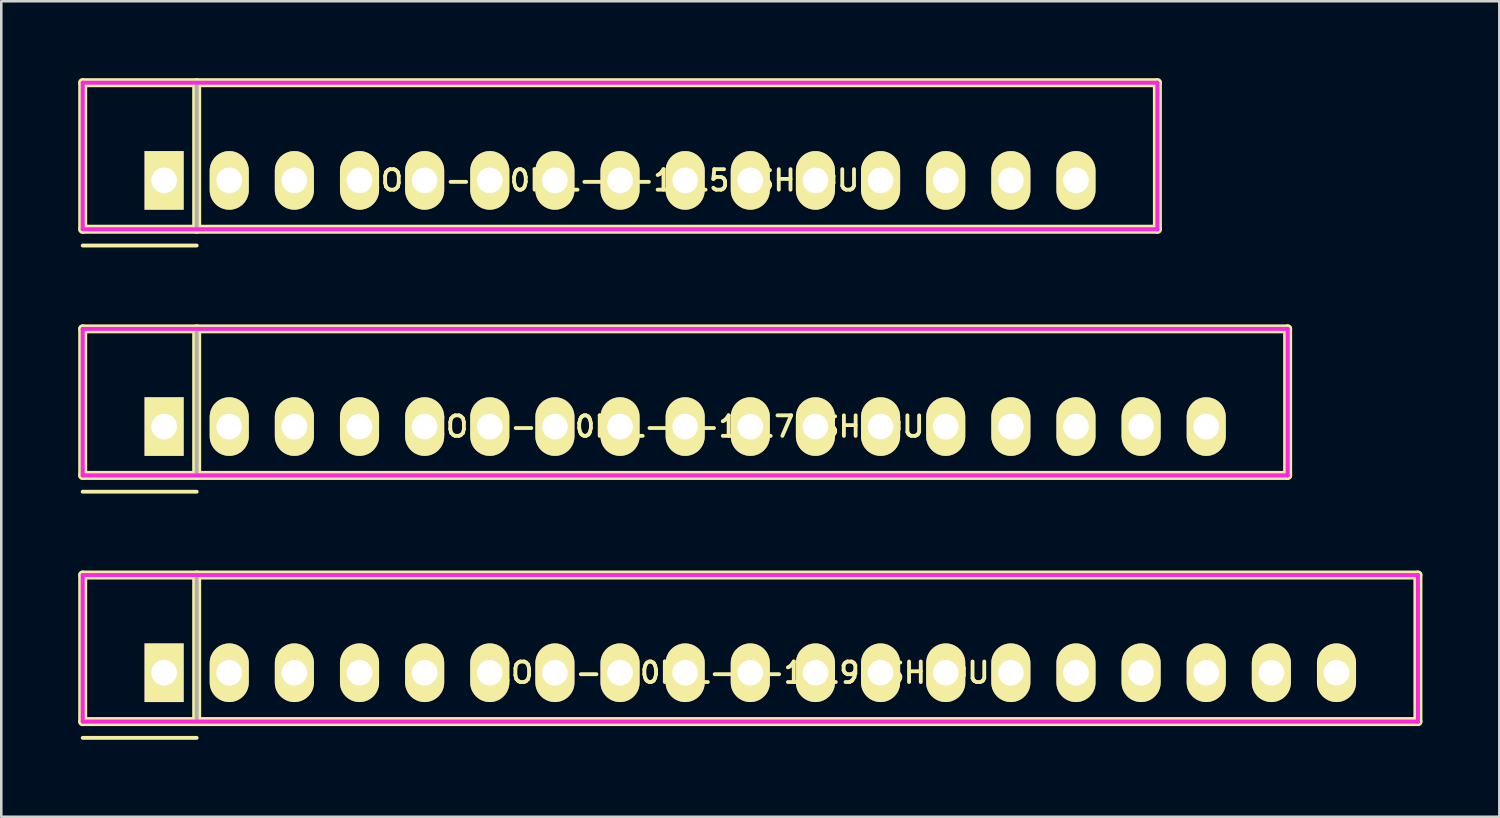
<source format=kicad_pcb>
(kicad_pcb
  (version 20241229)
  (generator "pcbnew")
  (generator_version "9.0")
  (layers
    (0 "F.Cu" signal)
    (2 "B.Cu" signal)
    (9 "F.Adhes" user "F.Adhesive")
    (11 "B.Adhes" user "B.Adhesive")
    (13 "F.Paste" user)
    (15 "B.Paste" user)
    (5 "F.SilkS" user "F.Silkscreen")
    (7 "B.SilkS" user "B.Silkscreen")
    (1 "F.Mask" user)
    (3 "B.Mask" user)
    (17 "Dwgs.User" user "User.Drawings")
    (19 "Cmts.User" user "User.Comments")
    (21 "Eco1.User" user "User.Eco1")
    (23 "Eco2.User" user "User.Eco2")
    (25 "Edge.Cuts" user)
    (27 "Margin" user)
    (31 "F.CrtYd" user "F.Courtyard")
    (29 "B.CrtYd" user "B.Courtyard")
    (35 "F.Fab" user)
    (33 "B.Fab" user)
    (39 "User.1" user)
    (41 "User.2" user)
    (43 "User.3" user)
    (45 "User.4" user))
  (footprint "CONN-100MIL-M-1x17-SHROUD"
    (layer "F.Cu")
    (at 23.67 13.585)
    (property "Reference" "CONN-100MIL-M-1x17-SHROUD" (at 0 0 0) (layer "F.SilkS") (effects (font (size 0.8 0.8) (thickness 0.15))))
    (attr through_hole)
    (fp_line (start -23.495 -3.81) (end 23.495 -3.81) (stroke (width 0.35) (type solid)) (layer "F.SilkS"))
    (fp_line (start -23.495 1.905) (end -23.495 -3.81) (stroke (width 0.35) (type solid)) (layer "F.SilkS"))
    (fp_line (start -23.495 2.54) (end -19.05 2.54) (stroke (width 0.15) (type solid)) (layer "F.SilkS"))
    (fp_line (start -19.05 -3.81) (end -19.05 1.905) (stroke (width 0.35) (type solid)) (layer "F.SilkS"))
    (fp_line (start 23.495 -3.81) (end 23.495 1.905) (stroke (width 0.35) (type solid)) (layer "F.SilkS"))
    (fp_line (start 23.495 1.905) (end -23.495 1.905) (stroke (width 0.35) (type solid)) (layer "F.SilkS"))
    (fp_line (start -23.495 -3.81) (end 23.495 -3.81) (stroke (width 0.15) (type solid)) (layer "F.CrtYd"))
    (fp_line (start -23.495 1.905) (end -23.495 -3.81) (stroke (width 0.15) (type solid)) (layer "F.CrtYd"))
    (fp_line (start 23.495 -3.81) (end 23.495 1.905) (stroke (width 0.15) (type solid)) (layer "F.CrtYd"))
    (fp_line (start 23.495 1.905) (end -23.495 1.905) (stroke (width 0.15) (type solid)) (layer "F.CrtYd"))
    (fp_line (start -23.495 -3.81) (end 23.495 -3.81) (stroke (width 0.15) (type solid)) (layer "F.Fab"))
    (fp_line (start -23.495 1.905) (end -23.495 -3.81) (stroke (width 0.15) (type solid)) (layer "F.Fab"))
    (fp_line (start -19.05 -3.81) (end -19.05 1.905) (stroke (width 0.15) (type solid)) (layer "F.Fab"))
    (fp_line (start 23.495 -3.81) (end 23.495 1.905) (stroke (width 0.15) (type solid)) (layer "F.Fab"))
    (fp_line (start 23.495 1.905) (end -23.495 1.905) (stroke (width 0.15) (type solid)) (layer "F.Fab"))
    (pad "1" thru_hole rect (at -20.32 0) (size 1.524 2.286) (drill 1) (layers "*.Cu" "*.Mask" "F.SilkS"))
    (pad "2" thru_hole oval (at -17.78 0) (size 1.524 2.286) (drill 1) (layers "*.Cu" "*.Mask" "F.SilkS"))
    (pad "3" thru_hole oval (at -15.24 0) (size 1.524 2.286) (drill 1) (layers "*.Cu" "*.Mask" "F.SilkS"))
    (pad "4" thru_hole oval (at -12.7 0) (size 1.524 2.286) (drill 1) (layers "*.Cu" "*.Mask" "F.SilkS"))
    (pad "5" thru_hole oval (at -10.16 0) (size 1.524 2.286) (drill 1) (layers "*.Cu" "*.Mask" "F.SilkS"))
    (pad "6" thru_hole oval (at -7.62 0) (size 1.524 2.286) (drill 1) (layers "*.Cu" "*.Mask" "F.SilkS"))
    (pad "7" thru_hole oval (at -5.08 0) (size 1.524 2.286) (drill 1) (layers "*.Cu" "*.Mask" "F.SilkS"))
    (pad "8" thru_hole oval (at -2.54 0) (size 1.524 2.286) (drill 1) (layers "*.Cu" "*.Mask" "F.SilkS"))
    (pad "9" thru_hole oval (at 0 0) (size 1.524 2.286) (drill 1) (layers "*.Cu" "*.Mask" "F.SilkS"))
    (pad "10" thru_hole oval (at 2.54 0) (size 1.524 2.286) (drill 1) (layers "*.Cu" "*.Mask" "F.SilkS"))
    (pad "11" thru_hole oval (at 5.08 0) (size 1.524 2.286) (drill 1) (layers "*.Cu" "*.Mask" "F.SilkS"))
    (pad "12" thru_hole oval (at 7.62 0) (size 1.524 2.286) (drill 1) (layers "*.Cu" "*.Mask" "F.SilkS"))
    (pad "13" thru_hole oval (at 10.16 0) (size 1.524 2.286) (drill 1) (layers "*.Cu" "*.Mask" "F.SilkS"))
    (pad "14" thru_hole oval (at 12.7 0) (size 1.524 2.286) (drill 1) (layers "*.Cu" "*.Mask" "F.SilkS"))
    (pad "15" thru_hole oval (at 15.24 0) (size 1.524 2.286) (drill 1) (layers "*.Cu" "*.Mask" "F.SilkS"))
    (pad "16" thru_hole oval (at 17.78 0) (size 1.524 2.286) (drill 1) (layers "*.Cu" "*.Mask" "F.SilkS"))
    (pad "17" thru_hole oval (at 20.32 0) (size 1.524 2.286) (drill 1) (layers "*.Cu" "*.Mask" "F.SilkS")))
  (footprint "CONN-100MIL-M-1x19-SHROUD"
    (layer "F.Cu")
    (at 26.21 23.185)
    (property "Reference" "CONN-100MIL-M-1x19-SHROUD" (at 0 0 0) (layer "F.SilkS") (effects (font (size 0.8 0.8) (thickness 0.15))))
    (attr through_hole)
    (fp_line (start -26.035 -3.81) (end 26.035 -3.81) (stroke (width 0.35) (type solid)) (layer "F.SilkS"))
    (fp_line (start -26.035 1.905) (end -26.035 -3.81) (stroke (width 0.35) (type solid)) (layer "F.SilkS"))
    (fp_line (start -26.035 2.54) (end -21.59 2.54) (stroke (width 0.15) (type solid)) (layer "F.SilkS"))
    (fp_line (start -21.59 -3.81) (end -21.59 1.905) (stroke (width 0.35) (type solid)) (layer "F.SilkS"))
    (fp_line (start 26.035 -3.81) (end 26.035 1.905) (stroke (width 0.35) (type solid)) (layer "F.SilkS"))
    (fp_line (start 26.035 1.905) (end -26.035 1.905) (stroke (width 0.35) (type solid)) (layer "F.SilkS"))
    (fp_line (start -26.035 -3.81) (end 26.035 -3.81) (stroke (width 0.15) (type solid)) (layer "F.CrtYd"))
    (fp_line (start -26.035 1.905) (end -26.035 -3.81) (stroke (width 0.15) (type solid)) (layer "F.CrtYd"))
    (fp_line (start 26.035 -3.81) (end 26.035 1.905) (stroke (width 0.15) (type solid)) (layer "F.CrtYd"))
    (fp_line (start 26.035 1.905) (end -26.035 1.905) (stroke (width 0.15) (type solid)) (layer "F.CrtYd"))
    (fp_line (start -26.035 -3.81) (end 26.035 -3.81) (stroke (width 0.15) (type solid)) (layer "F.Fab"))
    (fp_line (start -26.035 1.905) (end -26.035 -3.81) (stroke (width 0.15) (type solid)) (layer "F.Fab"))
    (fp_line (start -21.59 -3.81) (end -21.59 1.905) (stroke (width 0.15) (type solid)) (layer "F.Fab"))
    (fp_line (start 26.035 -3.81) (end 26.035 1.905) (stroke (width 0.15) (type solid)) (layer "F.Fab"))
    (fp_line (start 26.035 1.905) (end -26.035 1.905) (stroke (width 0.15) (type solid)) (layer "F.Fab"))
    (pad "1" thru_hole rect (at -22.86 0) (size 1.524 2.286) (drill 1) (layers "*.Cu" "*.Mask" "F.SilkS"))
    (pad "2" thru_hole oval (at -20.32 0) (size 1.524 2.286) (drill 1) (layers "*.Cu" "*.Mask" "F.SilkS"))
    (pad "3" thru_hole oval (at -17.78 0) (size 1.524 2.286) (drill 1) (layers "*.Cu" "*.Mask" "F.SilkS"))
    (pad "4" thru_hole oval (at -15.24 0) (size 1.524 2.286) (drill 1) (layers "*.Cu" "*.Mask" "F.SilkS"))
    (pad "5" thru_hole oval (at -12.7 0) (size 1.524 2.286) (drill 1) (layers "*.Cu" "*.Mask" "F.SilkS"))
    (pad "6" thru_hole oval (at -10.16 0) (size 1.524 2.286) (drill 1) (layers "*.Cu" "*.Mask" "F.SilkS"))
    (pad "7" thru_hole oval (at -7.62 0) (size 1.524 2.286) (drill 1) (layers "*.Cu" "*.Mask" "F.SilkS"))
    (pad "8" thru_hole oval (at -5.08 0) (size 1.524 2.286) (drill 1) (layers "*.Cu" "*.Mask" "F.SilkS"))
    (pad "9" thru_hole oval (at -2.54 0) (size 1.524 2.286) (drill 1) (layers "*.Cu" "*.Mask" "F.SilkS"))
    (pad "10" thru_hole oval (at 0 0) (size 1.524 2.286) (drill 1) (layers "*.Cu" "*.Mask" "F.SilkS"))
    (pad "11" thru_hole oval (at 2.54 0) (size 1.524 2.286) (drill 1) (layers "*.Cu" "*.Mask" "F.SilkS"))
    (pad "12" thru_hole oval (at 5.08 0) (size 1.524 2.286) (drill 1) (layers "*.Cu" "*.Mask" "F.SilkS"))
    (pad "13" thru_hole oval (at 7.62 0) (size 1.524 2.286) (drill 1) (layers "*.Cu" "*.Mask" "F.SilkS"))
    (pad "14" thru_hole oval (at 10.16 0) (size 1.524 2.286) (drill 1) (layers "*.Cu" "*.Mask" "F.SilkS"))
    (pad "15" thru_hole oval (at 12.7 0) (size 1.524 2.286) (drill 1) (layers "*.Cu" "*.Mask" "F.SilkS"))
    (pad "16" thru_hole oval (at 15.24 0) (size 1.524 2.286) (drill 1) (layers "*.Cu" "*.Mask" "F.SilkS"))
    (pad "17" thru_hole oval (at 17.78 0) (size 1.524 2.286) (drill 1) (layers "*.Cu" "*.Mask" "F.SilkS"))
    (pad "18" thru_hole oval (at 20.32 0) (size 1.524 2.286) (drill 1) (layers "*.Cu" "*.Mask" "F.SilkS"))
    (pad "19" thru_hole oval (at 22.86 0) (size 1.524 2.286) (drill 1) (layers "*.Cu" "*.Mask" "F.SilkS")))
  (footprint "CONN-100MIL-M-1x15-SHROUD"
    (layer "F.Cu")
    (at 21.13 3.985)
    (property "Reference" "CONN-100MIL-M-1x15-SHROUD" (at 0 0 0) (layer "F.SilkS") (effects (font (size 0.8 0.8) (thickness 0.15))))
    (attr through_hole)
    (fp_line (start -20.955 -3.81) (end 20.955 -3.81) (stroke (width 0.35) (type solid)) (layer "F.SilkS"))
    (fp_line (start -20.955 1.905) (end -20.955 -3.81) (stroke (width 0.35) (type solid)) (layer "F.SilkS"))
    (fp_line (start -20.955 2.54) (end -16.51 2.54) (stroke (width 0.15) (type solid)) (layer "F.SilkS"))
    (fp_line (start -16.51 -3.81) (end -16.51 1.905) (stroke (width 0.35) (type solid)) (layer "F.SilkS"))
    (fp_line (start 20.955 -3.81) (end 20.955 1.905) (stroke (width 0.35) (type solid)) (layer "F.SilkS"))
    (fp_line (start 20.955 1.905) (end -20.955 1.905) (stroke (width 0.35) (type solid)) (layer "F.SilkS"))
    (fp_line (start -20.955 -3.81) (end 20.955 -3.81) (stroke (width 0.15) (type solid)) (layer "F.CrtYd"))
    (fp_line (start -20.955 1.905) (end -20.955 -3.81) (stroke (width 0.15) (type solid)) (layer "F.CrtYd"))
    (fp_line (start 20.955 -3.81) (end 20.955 1.905) (stroke (width 0.15) (type solid)) (layer "F.CrtYd"))
    (fp_line (start 20.955 1.905) (end -20.955 1.905) (stroke (width 0.15) (type solid)) (layer "F.CrtYd"))
    (fp_line (start -20.955 -3.81) (end 20.955 -3.81) (stroke (width 0.15) (type solid)) (layer "F.Fab"))
    (fp_line (start -20.955 1.905) (end -20.955 -3.81) (stroke (width 0.15) (type solid)) (layer "F.Fab"))
    (fp_line (start -16.51 -3.81) (end -16.51 1.905) (stroke (width 0.15) (type solid)) (layer "F.Fab"))
    (fp_line (start 20.955 -3.81) (end 20.955 1.905) (stroke (width 0.15) (type solid)) (layer "F.Fab"))
    (fp_line (start 20.955 1.905) (end -20.955 1.905) (stroke (width 0.15) (type solid)) (layer "F.Fab"))
    (pad "1" thru_hole rect (at -17.78 0) (size 1.524 2.286) (drill 1) (layers "*.Cu" "*.Mask" "F.SilkS"))
    (pad "2" thru_hole oval (at -15.24 0) (size 1.524 2.286) (drill 1) (layers "*.Cu" "*.Mask" "F.SilkS"))
    (pad "3" thru_hole oval (at -12.7 0) (size 1.524 2.286) (drill 1) (layers "*.Cu" "*.Mask" "F.SilkS"))
    (pad "4" thru_hole oval (at -10.16 0) (size 1.524 2.286) (drill 1) (layers "*.Cu" "*.Mask" "F.SilkS"))
    (pad "5" thru_hole oval (at -7.62 0) (size 1.524 2.286) (drill 1) (layers "*.Cu" "*.Mask" "F.SilkS"))
    (pad "6" thru_hole oval (at -5.08 0) (size 1.524 2.286) (drill 1) (layers "*.Cu" "*.Mask" "F.SilkS"))
    (pad "7" thru_hole oval (at -2.54 0) (size 1.524 2.286) (drill 1) (layers "*.Cu" "*.Mask" "F.SilkS"))
    (pad "8" thru_hole oval (at 0 0) (size 1.524 2.286) (drill 1) (layers "*.Cu" "*.Mask" "F.SilkS"))
    (pad "9" thru_hole oval (at 2.54 0) (size 1.524 2.286) (drill 1) (layers "*.Cu" "*.Mask" "F.SilkS"))
    (pad "10" thru_hole oval (at 5.08 0) (size 1.524 2.286) (drill 1) (layers "*.Cu" "*.Mask" "F.SilkS"))
    (pad "11" thru_hole oval (at 7.62 0) (size 1.524 2.286) (drill 1) (layers "*.Cu" "*.Mask" "F.SilkS"))
    (pad "12" thru_hole oval (at 10.16 0) (size 1.524 2.286) (drill 1) (layers "*.Cu" "*.Mask" "F.SilkS"))
    (pad "13" thru_hole oval (at 12.7 0) (size 1.524 2.286) (drill 1) (layers "*.Cu" "*.Mask" "F.SilkS"))
    (pad "14" thru_hole oval (at 15.24 0) (size 1.524 2.286) (drill 1) (layers "*.Cu" "*.Mask" "F.SilkS"))
    (pad "15" thru_hole oval (at 17.78 0) (size 1.524 2.286) (drill 1) (layers "*.Cu" "*.Mask" "F.SilkS")))
  (gr_rect
    (start -3 -3)
    (end 55.42 28.8)
    (stroke (width 0.1) (type default))
    (fill no)
    (layer "Edge.Cuts")))
</source>
